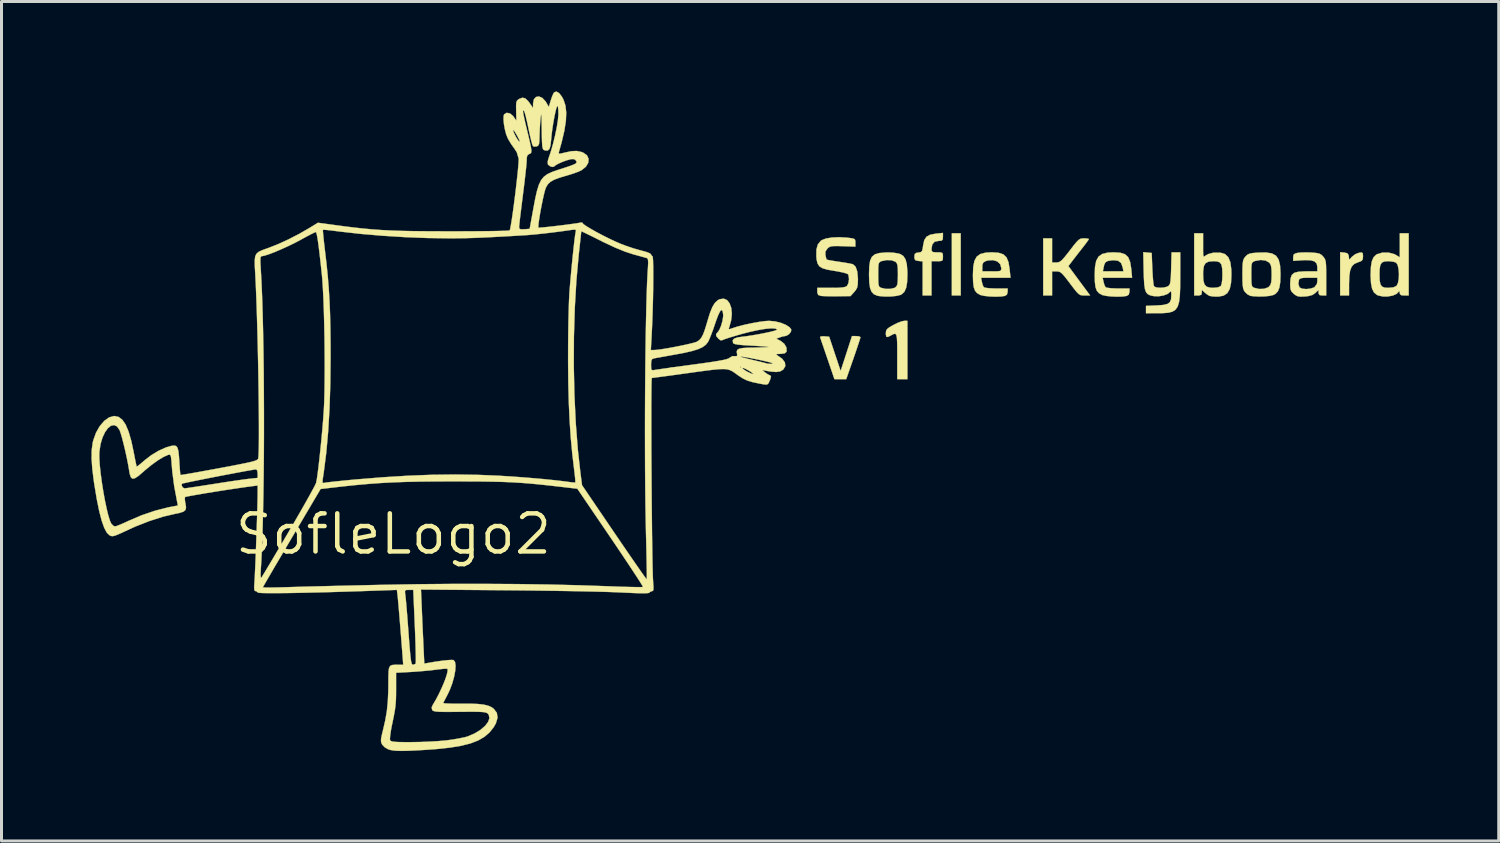
<source format=kicad_pcb>
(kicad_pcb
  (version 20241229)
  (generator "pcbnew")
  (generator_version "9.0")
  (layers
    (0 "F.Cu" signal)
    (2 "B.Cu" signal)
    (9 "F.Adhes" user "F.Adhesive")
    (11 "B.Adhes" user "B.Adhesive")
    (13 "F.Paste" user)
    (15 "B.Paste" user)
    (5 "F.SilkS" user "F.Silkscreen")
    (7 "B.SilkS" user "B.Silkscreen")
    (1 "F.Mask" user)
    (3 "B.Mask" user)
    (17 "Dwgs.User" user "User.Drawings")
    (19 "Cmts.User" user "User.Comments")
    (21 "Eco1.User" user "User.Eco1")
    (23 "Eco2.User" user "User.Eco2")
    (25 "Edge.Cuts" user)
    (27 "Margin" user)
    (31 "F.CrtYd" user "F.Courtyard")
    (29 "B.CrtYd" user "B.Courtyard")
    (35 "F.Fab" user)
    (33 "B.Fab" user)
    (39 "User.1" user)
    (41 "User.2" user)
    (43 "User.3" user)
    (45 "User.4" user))
  (footprint "SofleLogo2"
    (layer "F.Cu")
    (at 10.075 14.765)
    (property "Reference" "SofleLogo2" (at 0 0 0) (layer "F.SilkS") (effects (font (size 1.27 1.27) (thickness 0.15))))
    (attr through_hole)
    (fp_poly (pts (xy 18.923 -7.959) (xy 18.627 -7.959) (xy 18.627 -10.033) (xy 18.923 -10.033) (xy 18.923 -7.959)) (stroke (width 0.01) (type solid)) (fill yes) (layer "F.SilkS"))
    (fp_poly (pts (xy 17.145 -5.165) (xy 16.806 -5.165) (xy 16.806 -5.927) (xy 16.806 -6.208) (xy 16.802 -6.415) (xy 16.793 -6.556) (xy 16.775 -6.64) (xy 16.745 -6.678) (xy 16.701 -6.678) (xy 16.64 -6.651) (xy 16.595 -6.625) (xy 16.493 -6.574) (xy 16.443 -6.58) (xy 16.427 -6.65) (xy 16.426 -6.699) (xy 16.434 -6.777) (xy 16.467 -6.837) (xy 16.544 -6.898) (xy 16.677 -6.974) (xy 16.822 -7.046) (xy 16.954 -7.095) (xy 17.036 -7.112) (xy 17.145 -7.112) (xy 17.145 -5.165)) (stroke (width 0.01) (type solid)) (fill yes) (layer "F.SilkS"))
    (fp_poly (pts (xy 31.718 -9.39) (xy 31.817 -9.368) (xy 31.86 -9.312) (xy 31.869 -9.261) (xy 31.882 -9.146) (xy 31.975 -9.251) (xy 32.085 -9.335) (xy 32.205 -9.382) (xy 32.297 -9.394) (xy 32.335 -9.368) (xy 32.343 -9.281) (xy 32.343 -9.262) (xy 32.335 -9.166) (xy 32.296 -9.113) (xy 32.203 -9.074) (xy 32.17 -9.063) (xy 32.051 -9.01) (xy 31.967 -8.924) (xy 31.914 -8.794) (xy 31.886 -8.605) (xy 31.877 -8.347) (xy 31.877 -8.341) (xy 31.877 -7.959) (xy 31.581 -7.959) (xy 31.581 -9.403) (xy 31.718 -9.39)) (stroke (width 0.01) (type solid)) (fill yes) (layer "F.SilkS"))
    (fp_poly (pts (xy 15.533 -6.594) (xy 15.578 -6.569) (xy 15.579 -6.566) (xy 15.565 -6.515) (xy 15.528 -6.398) (xy 15.472 -6.229) (xy 15.402 -6.022) (xy 15.341 -5.846) (xy 15.103 -5.165) (xy 14.907 -5.165) (xy 14.711 -5.165) (xy 14.478 -5.847) (xy 14.4 -6.075) (xy 14.332 -6.275) (xy 14.277 -6.433) (xy 14.242 -6.537) (xy 14.23 -6.569) (xy 14.257 -6.592) (xy 14.343 -6.598) (xy 14.375 -6.596) (xy 14.535 -6.583) (xy 14.726 -6.011) (xy 14.917 -5.44) (xy 15.107 -6.022) (xy 15.296 -6.604) (xy 15.437 -6.604) (xy 15.533 -6.594)) (stroke (width 0.01) (type solid)) (fill yes) (layer "F.SilkS"))
    (fp_poly (pts (xy 18.33 -9.912) (xy 18.323 -9.822) (xy 18.282 -9.786) (xy 18.184 -9.779) (xy 18.051 -9.75) (xy 17.974 -9.66) (xy 17.949 -9.507) (xy 17.957 -9.44) (xy 17.995 -9.408) (xy 18.085 -9.398) (xy 18.14 -9.398) (xy 18.257 -9.395) (xy 18.312 -9.373) (xy 18.329 -9.316) (xy 18.33 -9.25) (xy 18.326 -9.159) (xy 18.299 -9.116) (xy 18.225 -9.103) (xy 18.14 -9.102) (xy 17.949 -9.102) (xy 17.949 -7.959) (xy 17.653 -7.959) (xy 17.653 -9.096) (xy 17.515 -9.11) (xy 17.42 -9.129) (xy 17.383 -9.178) (xy 17.378 -9.25) (xy 17.389 -9.34) (xy 17.441 -9.379) (xy 17.51 -9.39) (xy 17.588 -9.403) (xy 17.631 -9.44) (xy 17.654 -9.521) (xy 17.668 -9.62) (xy 17.706 -9.801) (xy 17.781 -9.918) (xy 17.907 -9.986) (xy 18.09 -10.02) (xy 18.33 -10.045) (xy 18.33 -9.912)) (stroke (width 0.01) (type solid)) (fill yes) (layer "F.SilkS"))
    (fp_poly (pts (xy 21.971 -9.059) (xy 22.114 -9.059) (xy 22.179 -9.065) (xy 22.238 -9.089) (xy 22.303 -9.143) (xy 22.388 -9.238) (xy 22.505 -9.385) (xy 22.564 -9.461) (xy 22.695 -9.632) (xy 22.79 -9.746) (xy 22.86 -9.815) (xy 22.92 -9.85) (xy 22.982 -9.862) (xy 23.035 -9.864) (xy 23.139 -9.858) (xy 23.195 -9.845) (xy 23.199 -9.84) (xy 23.174 -9.799) (xy 23.109 -9.708) (xy 23.015 -9.585) (xy 22.974 -9.533) (xy 22.853 -9.379) (xy 22.736 -9.228) (xy 22.645 -9.11) (xy 22.633 -9.094) (xy 22.516 -8.938) (xy 22.878 -8.448) (xy 23.24 -7.959) (xy 23.055 -7.959) (xy 22.976 -7.961) (xy 22.913 -7.974) (xy 22.854 -8.011) (xy 22.784 -8.082) (xy 22.691 -8.198) (xy 22.568 -8.361) (xy 22.437 -8.533) (xy 22.343 -8.647) (xy 22.273 -8.716) (xy 22.213 -8.75) (xy 22.152 -8.762) (xy 22.118 -8.763) (xy 21.971 -8.763) (xy 21.971 -7.959) (xy 21.675 -7.959) (xy 21.675 -9.864) (xy 21.971 -9.864) (xy 21.971 -9.059)) (stroke (width 0.01) (type solid)) (fill yes) (layer "F.SilkS"))
    (fp_poly (pts (xy 24.249 -9.383) (xy 24.407 -9.332) (xy 24.512 -9.232) (xy 24.576 -9.073) (xy 24.613 -8.841) (xy 24.613 -8.837) (xy 24.64 -8.551) (xy 23.658 -8.551) (xy 23.687 -8.414) (xy 23.718 -8.306) (xy 23.755 -8.235) (xy 23.756 -8.234) (xy 23.814 -8.215) (xy 23.934 -8.2) (xy 24.097 -8.193) (xy 24.175 -8.192) (xy 24.553 -8.192) (xy 24.553 -8.08) (xy 24.528 -7.984) (xy 24.458 -7.943) (xy 24.325 -7.924) (xy 24.147 -7.918) (xy 23.954 -7.925) (xy 23.779 -7.944) (xy 23.651 -7.972) (xy 23.636 -7.978) (xy 23.533 -8.037) (xy 23.462 -8.119) (xy 23.419 -8.24) (xy 23.398 -8.415) (xy 23.392 -8.636) (xy 23.397 -8.763) (xy 23.666 -8.763) (xy 24.352 -8.763) (xy 24.325 -8.901) (xy 24.272 -9.041) (xy 24.174 -9.117) (xy 24.02 -9.135) (xy 23.968 -9.131) (xy 23.83 -9.109) (xy 23.752 -9.066) (xy 23.711 -8.984) (xy 23.692 -8.901) (xy 23.666 -8.763) (xy 23.397 -8.763) (xy 23.403 -8.911) (xy 23.443 -9.115) (xy 23.521 -9.255) (xy 23.644 -9.343) (xy 23.821 -9.387) (xy 24.028 -9.398) (xy 24.249 -9.383)) (stroke (width 0.01) (type solid)) (fill yes) (layer "F.SilkS"))
    (fp_poly (pts (xy 33.867 -7.959) (xy 33.718 -7.959) (xy 33.617 -7.968) (xy 33.575 -8.005) (xy 33.567 -8.054) (xy 33.557 -8.107) (xy 33.542 -8.095) (xy 33.468 -8.014) (xy 33.337 -7.956) (xy 33.173 -7.926) (xy 33.001 -7.926) (xy 32.846 -7.96) (xy 32.802 -7.981) (xy 32.709 -8.059) (xy 32.646 -8.184) (xy 32.61 -8.367) (xy 32.597 -8.619) (xy 32.597 -8.657) (xy 32.893 -8.657) (xy 32.899 -8.457) (xy 32.925 -8.327) (xy 32.979 -8.253) (xy 33.071 -8.219) (xy 33.188 -8.213) (xy 33.354 -8.229) (xy 33.458 -8.275) (xy 33.461 -8.279) (xy 33.508 -8.37) (xy 33.535 -8.513) (xy 33.542 -8.68) (xy 33.529 -8.843) (xy 33.498 -8.977) (xy 33.453 -9.049) (xy 33.371 -9.081) (xy 33.244 -9.099) (xy 33.183 -9.102) (xy 33.052 -9.092) (xy 32.968 -9.052) (xy 32.919 -8.969) (xy 32.897 -8.828) (xy 32.893 -8.657) (xy 32.597 -8.657) (xy 32.607 -8.917) (xy 32.639 -9.105) (xy 32.697 -9.236) (xy 32.785 -9.321) (xy 32.811 -9.336) (xy 32.992 -9.389) (xy 33.197 -9.389) (xy 33.387 -9.338) (xy 33.433 -9.314) (xy 33.57 -9.23) (xy 33.57 -10.033) (xy 33.867 -10.033) (xy 33.867 -7.959)) (stroke (width 0.01) (type solid)) (fill yes) (layer "F.SilkS"))
    (fp_poly (pts (xy 20.186 -9.383) (xy 20.344 -9.331) (xy 20.45 -9.231) (xy 20.516 -9.07) (xy 20.554 -8.837) (xy 20.554 -8.837) (xy 20.584 -8.551) (xy 19.602 -8.551) (xy 19.628 -8.414) (xy 19.657 -8.306) (xy 19.692 -8.235) (xy 19.693 -8.234) (xy 19.75 -8.215) (xy 19.871 -8.2) (xy 20.032 -8.193) (xy 20.111 -8.192) (xy 20.489 -8.192) (xy 20.489 -8.08) (xy 20.464 -7.984) (xy 20.394 -7.943) (xy 20.261 -7.924) (xy 20.083 -7.918) (xy 19.89 -7.925) (xy 19.715 -7.944) (xy 19.587 -7.972) (xy 19.572 -7.978) (xy 19.469 -8.037) (xy 19.4 -8.119) (xy 19.357 -8.24) (xy 19.336 -8.415) (xy 19.33 -8.636) (xy 19.341 -8.911) (xy 19.341 -8.912) (xy 19.643 -8.912) (xy 19.643 -8.763) (xy 19.96 -8.763) (xy 20.122 -8.764) (xy 20.216 -8.772) (xy 20.262 -8.793) (xy 20.276 -8.832) (xy 20.278 -8.869) (xy 20.241 -9.002) (xy 20.144 -9.094) (xy 20.002 -9.138) (xy 19.831 -9.127) (xy 19.751 -9.103) (xy 19.675 -9.056) (xy 19.645 -8.975) (xy 19.643 -8.912) (xy 19.341 -8.912) (xy 19.381 -9.114) (xy 19.458 -9.255) (xy 19.58 -9.343) (xy 19.755 -9.387) (xy 19.964 -9.398) (xy 20.186 -9.383)) (stroke (width 0.01) (type solid)) (fill yes) (layer "F.SilkS"))
    (fp_poly (pts (xy 25.153 -9.39) (xy 25.294 -9.377) (xy 25.315 -8.848) (xy 25.326 -8.641) (xy 25.34 -8.463) (xy 25.355 -8.333) (xy 25.37 -8.267) (xy 25.371 -8.266) (xy 25.437 -8.229) (xy 25.552 -8.215) (xy 25.685 -8.221) (xy 25.801 -8.249) (xy 25.847 -8.273) (xy 25.882 -8.307) (xy 25.906 -8.36) (xy 25.922 -8.448) (xy 25.933 -8.585) (xy 25.941 -8.787) (xy 25.943 -8.865) (xy 25.957 -9.398) (xy 26.247 -9.398) (xy 26.247 -8.583) (xy 26.244 -8.23) (xy 26.233 -7.953) (xy 26.207 -7.743) (xy 26.161 -7.59) (xy 26.089 -7.485) (xy 25.986 -7.419) (xy 25.846 -7.383) (xy 25.664 -7.369) (xy 25.495 -7.367) (xy 25.104 -7.366) (xy 25.104 -7.611) (xy 25.467 -7.626) (xy 25.678 -7.642) (xy 25.818 -7.675) (xy 25.9 -7.734) (xy 25.94 -7.831) (xy 25.949 -7.975) (xy 25.949 -7.977) (xy 25.944 -8.079) (xy 25.929 -8.106) (xy 25.905 -8.076) (xy 25.826 -8.01) (xy 25.692 -7.96) (xy 25.531 -7.932) (xy 25.372 -7.935) (xy 25.357 -7.938) (xy 25.246 -7.962) (xy 25.164 -8.001) (xy 25.106 -8.067) (xy 25.069 -8.171) (xy 25.046 -8.326) (xy 25.033 -8.544) (xy 25.026 -8.77) (xy 25.013 -9.404) (xy 25.153 -9.39)) (stroke (width 0.01) (type solid)) (fill yes) (layer "F.SilkS"))
    (fp_poly (pts (xy 27.009 -9.624) (xy 27.009 -9.437) (xy 27.013 -9.321) (xy 27.024 -9.265) (xy 27.044 -9.255) (xy 27.078 -9.278) (xy 27.093 -9.292) (xy 27.187 -9.342) (xy 27.323 -9.379) (xy 27.379 -9.387) (xy 27.585 -9.387) (xy 27.74 -9.339) (xy 27.849 -9.235) (xy 27.917 -9.069) (xy 27.949 -8.835) (xy 27.954 -8.657) (xy 27.941 -8.38) (xy 27.897 -8.176) (xy 27.817 -8.037) (xy 27.694 -7.954) (xy 27.525 -7.921) (xy 27.44 -7.92) (xy 27.318 -7.928) (xy 27.227 -7.944) (xy 27.22 -7.946) (xy 27.144 -7.991) (xy 27.062 -8.056) (xy 26.966 -8.143) (xy 26.966 -8.051) (xy 26.949 -7.984) (xy 26.882 -7.96) (xy 26.839 -7.959) (xy 26.712 -7.959) (xy 26.712 -8.665) (xy 27.009 -8.665) (xy 27.018 -8.461) (xy 27.054 -8.328) (xy 27.126 -8.251) (xy 27.244 -8.218) (xy 27.349 -8.213) (xy 27.502 -8.228) (xy 27.595 -8.269) (xy 27.601 -8.276) (xy 27.629 -8.354) (xy 27.648 -8.496) (xy 27.653 -8.657) (xy 27.647 -8.857) (xy 27.621 -8.987) (xy 27.566 -9.062) (xy 27.472 -9.095) (xy 27.356 -9.102) (xy 27.198 -9.089) (xy 27.095 -9.04) (xy 27.036 -8.943) (xy 27.012 -8.784) (xy 27.009 -8.665) (xy 26.712 -8.665) (xy 26.712 -10.033) (xy 27.009 -10.033) (xy 27.009 -9.624)) (stroke (width 0.01) (type solid)) (fill yes) (layer "F.SilkS"))
    (fp_poly (pts (xy 16.669 -9.386) (xy 16.827 -9.362) (xy 16.911 -9.338) (xy 17.013 -9.271) (xy 17.083 -9.161) (xy 17.125 -8.997) (xy 17.143 -8.767) (xy 17.145 -8.657) (xy 17.135 -8.398) (xy 17.102 -8.21) (xy 17.044 -8.081) (xy 16.954 -7.998) (xy 16.911 -7.976) (xy 16.78 -7.944) (xy 16.599 -7.925) (xy 16.402 -7.922) (xy 16.223 -7.936) (xy 16.133 -7.953) (xy 16.023 -8.002) (xy 15.947 -8.085) (xy 15.898 -8.214) (xy 15.872 -8.402) (xy 15.864 -8.657) (xy 16.171 -8.657) (xy 16.173 -8.468) (xy 16.179 -8.347) (xy 16.194 -8.276) (xy 16.222 -8.237) (xy 16.266 -8.214) (xy 16.267 -8.214) (xy 16.415 -8.179) (xy 16.575 -8.178) (xy 16.71 -8.21) (xy 16.745 -8.23) (xy 16.786 -8.272) (xy 16.811 -8.335) (xy 16.823 -8.441) (xy 16.827 -8.607) (xy 16.828 -8.657) (xy 16.825 -8.841) (xy 16.815 -8.959) (xy 16.793 -9.03) (xy 16.757 -9.075) (xy 16.745 -9.084) (xy 16.621 -9.132) (xy 16.457 -9.14) (xy 16.291 -9.107) (xy 16.28 -9.103) (xy 16.23 -9.08) (xy 16.198 -9.046) (xy 16.18 -8.984) (xy 16.173 -8.877) (xy 16.171 -8.706) (xy 16.171 -8.657) (xy 15.864 -8.657) (xy 15.864 -8.657) (xy 15.872 -8.922) (xy 15.9 -9.115) (xy 15.959 -9.247) (xy 16.058 -9.33) (xy 16.209 -9.374) (xy 16.42 -9.392) (xy 16.501 -9.394) (xy 16.669 -9.386)) (stroke (width 0.01) (type solid)) (fill yes) (layer "F.SilkS"))
    (fp_poly (pts (xy 29.303 -9.361) (xy 29.441 -9.285) (xy 29.529 -9.155) (xy 29.576 -8.962) (xy 29.591 -8.696) (xy 29.591 -8.665) (xy 29.583 -8.409) (xy 29.555 -8.224) (xy 29.503 -8.096) (xy 29.422 -8.012) (xy 29.354 -7.975) (xy 29.23 -7.945) (xy 29.054 -7.927) (xy 28.858 -7.923) (xy 28.672 -7.934) (xy 28.586 -7.946) (xy 28.494 -7.992) (xy 28.407 -8.073) (xy 28.368 -8.132) (xy 28.344 -8.204) (xy 28.329 -8.308) (xy 28.322 -8.462) (xy 28.321 -8.657) (xy 28.617 -8.657) (xy 28.619 -8.468) (xy 28.625 -8.347) (xy 28.64 -8.276) (xy 28.668 -8.237) (xy 28.712 -8.214) (xy 28.713 -8.214) (xy 28.877 -8.175) (xy 29.042 -8.181) (xy 29.175 -8.228) (xy 29.21 -8.255) (xy 29.256 -8.316) (xy 29.282 -8.401) (xy 29.293 -8.532) (xy 29.295 -8.657) (xy 29.291 -8.832) (xy 29.275 -8.945) (xy 29.243 -9.02) (xy 29.21 -9.059) (xy 29.091 -9.125) (xy 28.929 -9.143) (xy 28.752 -9.112) (xy 28.726 -9.103) (xy 28.676 -9.08) (xy 28.644 -9.046) (xy 28.626 -8.984) (xy 28.619 -8.877) (xy 28.617 -8.706) (xy 28.617 -8.657) (xy 28.321 -8.657) (xy 28.321 -8.661) (xy 28.322 -8.872) (xy 28.329 -9.017) (xy 28.343 -9.114) (xy 28.367 -9.181) (xy 28.406 -9.238) (xy 28.419 -9.253) (xy 28.48 -9.314) (xy 28.553 -9.351) (xy 28.66 -9.373) (xy 28.826 -9.387) (xy 28.837 -9.388) (xy 29.104 -9.393) (xy 29.303 -9.361)) (stroke (width 0.01) (type solid)) (fill yes) (layer "F.SilkS"))
    (fp_poly (pts (xy 30.612 -9.391) (xy 30.777 -9.377) (xy 30.882 -9.356) (xy 30.954 -9.316) (xy 31.014 -9.256) (xy 31.054 -9.205) (xy 31.082 -9.15) (xy 31.1 -9.076) (xy 31.11 -8.966) (xy 31.114 -8.805) (xy 31.115 -8.576) (xy 31.115 -8.549) (xy 31.115 -7.959) (xy 30.988 -7.959) (xy 30.896 -7.971) (xy 30.863 -8.02) (xy 30.861 -8.051) (xy 30.861 -8.143) (xy 30.755 -8.043) (xy 30.655 -7.975) (xy 30.518 -7.938) (xy 30.402 -7.925) (xy 30.254 -7.919) (xy 30.156 -7.935) (xy 30.076 -7.979) (xy 30.034 -8.013) (xy 29.963 -8.083) (xy 29.927 -8.157) (xy 29.915 -8.265) (xy 29.915 -8.345) (xy 30.185 -8.345) (xy 30.223 -8.234) (xy 30.234 -8.221) (xy 30.32 -8.183) (xy 30.451 -8.172) (xy 30.592 -8.187) (xy 30.708 -8.226) (xy 30.725 -8.236) (xy 30.804 -8.341) (xy 30.819 -8.427) (xy 30.819 -8.551) (xy 30.527 -8.551) (xy 30.362 -8.547) (xy 30.265 -8.531) (xy 30.217 -8.499) (xy 30.209 -8.484) (xy 30.185 -8.345) (xy 29.915 -8.345) (xy 29.915 -8.364) (xy 29.927 -8.529) (xy 29.967 -8.642) (xy 30.048 -8.713) (xy 30.183 -8.749) (xy 30.384 -8.762) (xy 30.464 -8.763) (xy 30.819 -8.763) (xy 30.819 -8.912) (xy 30.798 -9.022) (xy 30.729 -9.094) (xy 30.602 -9.131) (xy 30.408 -9.138) (xy 30.3 -9.133) (xy 30.014 -9.113) (xy 30.014 -9.232) (xy 30.026 -9.316) (xy 30.08 -9.359) (xy 30.163 -9.38) (xy 30.282 -9.392) (xy 30.449 -9.395) (xy 30.612 -9.391)) (stroke (width 0.01) (type solid)) (fill yes) (layer "F.SilkS"))
    (fp_poly (pts (xy 15.122 -9.888) (xy 15.129 -9.887) (xy 15.279 -9.869) (xy 15.362 -9.85) (xy 15.399 -9.817) (xy 15.409 -9.76) (xy 15.409 -9.723) (xy 15.409 -9.588) (xy 14.99 -9.603) (xy 14.795 -9.608) (xy 14.665 -9.605) (xy 14.581 -9.592) (xy 14.524 -9.565) (xy 14.477 -9.524) (xy 14.411 -9.427) (xy 14.409 -9.311) (xy 14.411 -9.301) (xy 14.433 -9.206) (xy 14.452 -9.156) (xy 14.453 -9.155) (xy 14.499 -9.143) (xy 14.61 -9.122) (xy 14.766 -9.097) (xy 14.865 -9.082) (xy 15.046 -9.055) (xy 15.199 -9.028) (xy 15.303 -9.006) (xy 15.33 -8.998) (xy 15.417 -8.917) (xy 15.472 -8.759) (xy 15.494 -8.526) (xy 15.494 -8.487) (xy 15.489 -8.329) (xy 15.469 -8.224) (xy 15.424 -8.14) (xy 15.371 -8.076) (xy 15.247 -7.938) (xy 14.81 -7.931) (xy 14.613 -7.931) (xy 14.436 -7.934) (xy 14.304 -7.94) (xy 14.256 -7.945) (xy 14.171 -7.975) (xy 14.141 -8.045) (xy 14.139 -8.088) (xy 14.139 -8.213) (xy 14.602 -8.213) (xy 14.821 -8.215) (xy 14.97 -8.225) (xy 15.066 -8.243) (xy 15.122 -8.271) (xy 15.131 -8.279) (xy 15.178 -8.373) (xy 15.197 -8.503) (xy 15.182 -8.625) (xy 15.164 -8.666) (xy 15.111 -8.693) (xy 14.993 -8.726) (xy 14.831 -8.759) (xy 14.714 -8.778) (xy 14.48 -8.819) (xy 14.317 -8.865) (xy 14.211 -8.929) (xy 14.149 -9.021) (xy 14.117 -9.15) (xy 14.107 -9.259) (xy 14.109 -9.491) (xy 14.157 -9.661) (xy 14.253 -9.779) (xy 14.282 -9.801) (xy 14.42 -9.856) (xy 14.62 -9.891) (xy 14.861 -9.902) (xy 15.122 -9.888)) (stroke (width 0.01) (type solid)) (fill yes) (layer "F.SilkS"))
    (fp_poly (pts (xy 5.525 -14.71) (xy 5.617 -14.593) (xy 5.672 -14.492) (xy 5.737 -14.296) (xy 5.764 -14.063) (xy 5.752 -13.785) (xy 5.701 -13.454) (xy 5.609 -13.063) (xy 5.523 -12.758) (xy 5.512 -12.708) (xy 5.529 -12.688) (xy 5.593 -12.695) (xy 5.72 -12.726) (xy 5.721 -12.726) (xy 5.94 -12.772) (xy 6.113 -12.779) (xy 6.267 -12.747) (xy 6.329 -12.724) (xy 6.454 -12.636) (xy 6.51 -12.518) (xy 6.498 -12.385) (xy 6.419 -12.253) (xy 6.275 -12.137) (xy 6.169 -12.088) (xy 6.011 -12.03) (xy 5.831 -11.973) (xy 5.785 -11.96) (xy 5.539 -11.887) (xy 5.361 -11.82) (xy 5.237 -11.75) (xy 5.151 -11.668) (xy 5.09 -11.565) (xy 5.081 -11.543) (xy 5.051 -11.452) (xy 5.014 -11.306) (xy 4.974 -11.123) (xy 4.933 -10.92) (xy 4.895 -10.714) (xy 4.864 -10.524) (xy 4.841 -10.367) (xy 4.831 -10.26) (xy 4.835 -10.221) (xy 4.88 -10.221) (xy 4.992 -10.23) (xy 5.154 -10.246) (xy 5.349 -10.268) (xy 5.56 -10.293) (xy 5.769 -10.319) (xy 5.961 -10.345) (xy 6.118 -10.367) (xy 6.223 -10.385) (xy 6.255 -10.393) (xy 6.303 -10.387) (xy 6.308 -10.373) (xy 6.344 -10.333) (xy 6.442 -10.266) (xy 6.589 -10.177) (xy 6.77 -10.075) (xy 6.972 -9.968) (xy 7.18 -9.863) (xy 7.38 -9.768) (xy 7.559 -9.69) (xy 7.566 -9.687) (xy 7.781 -9.606) (xy 8.011 -9.529) (xy 8.218 -9.469) (xy 8.275 -9.455) (xy 8.445 -9.408) (xy 8.556 -9.363) (xy 8.594 -9.326) (xy 8.622 -9.275) (xy 8.641 -9.271) (xy 8.652 -9.23) (xy 8.66 -9.116) (xy 8.665 -8.939) (xy 8.667 -8.709) (xy 8.666 -8.437) (xy 8.663 -8.135) (xy 8.657 -7.812) (xy 8.648 -7.48) (xy 8.637 -7.15) (xy 8.623 -6.831) (xy 8.61 -6.572) (xy 8.586 -6.138) (xy 8.7 -6.138) (xy 8.808 -6.147) (xy 8.975 -6.17) (xy 9.179 -6.204) (xy 9.403 -6.246) (xy 9.626 -6.29) (xy 9.83 -6.335) (xy 9.995 -6.375) (xy 10.103 -6.407) (xy 10.122 -6.416) (xy 10.202 -6.469) (xy 10.27 -6.547) (xy 10.331 -6.663) (xy 10.393 -6.832) (xy 10.464 -7.066) (xy 10.478 -7.115) (xy 10.561 -7.382) (xy 10.64 -7.577) (xy 10.723 -7.712) (xy 10.816 -7.798) (xy 10.88 -7.832) (xy 11.016 -7.853) (xy 11.129 -7.804) (xy 11.214 -7.696) (xy 11.269 -7.541) (xy 11.288 -7.35) (xy 11.267 -7.136) (xy 11.204 -6.909) (xy 11.196 -6.889) (xy 11.184 -6.841) (xy 11.219 -6.837) (xy 11.288 -6.86) (xy 11.47 -6.919) (xy 11.701 -6.979) (xy 11.952 -7.033) (xy 12.198 -7.077) (xy 12.41 -7.105) (xy 12.533 -7.112) (xy 12.728 -7.094) (xy 12.921 -7.047) (xy 13.091 -6.978) (xy 13.216 -6.896) (xy 13.27 -6.825) (xy 13.26 -6.75) (xy 13.198 -6.67) (xy 13.11 -6.615) (xy 13.058 -6.604) (xy 12.979 -6.59) (xy 12.886 -6.56) (xy 12.77 -6.516) (xy 12.914 -6.444) (xy 13.035 -6.35) (xy 13.107 -6.229) (xy 13.117 -6.104) (xy 13.11 -6.08) (xy 13.056 -6.03) (xy 12.935 -6.011) (xy 12.902 -6.01) (xy 12.796 -6.006) (xy 12.763 -5.994) (xy 12.795 -5.968) (xy 12.806 -5.962) (xy 12.969 -5.846) (xy 13.058 -5.724) (xy 13.072 -5.603) (xy 13.007 -5.492) (xy 12.997 -5.483) (xy 12.899 -5.425) (xy 12.762 -5.406) (xy 12.571 -5.422) (xy 12.488 -5.436) (xy 12.298 -5.471) (xy 12.41 -5.381) (xy 12.5 -5.32) (xy 12.565 -5.292) (xy 12.568 -5.292) (xy 12.594 -5.259) (xy 12.569 -5.161) (xy 12.524 -5.055) (xy 12.496 -5.01) (xy 12.457 -4.988) (xy 12.384 -4.989) (xy 12.255 -5.01) (xy 12.199 -5.021) (xy 11.973 -5.069) (xy 11.803 -5.121) (xy 11.658 -5.19) (xy 11.509 -5.286) (xy 11.472 -5.313) (xy 11.38 -5.38) (xy 11.3 -5.432) (xy 11.221 -5.47) (xy 11.132 -5.494) (xy 11.022 -5.504) (xy 10.881 -5.501) (xy 10.698 -5.485) (xy 10.461 -5.456) (xy 10.16 -5.416) (xy 9.857 -5.374) (xy 9.548 -5.331) (xy 9.265 -5.292) (xy 9.02 -5.259) (xy 8.824 -5.233) (xy 8.688 -5.215) (xy 8.623 -5.207) (xy 8.619 -5.207) (xy 8.614 -5.166) (xy 8.609 -5.048) (xy 8.606 -4.861) (xy 8.604 -4.612) (xy 8.602 -4.309) (xy 8.602 -3.96) (xy 8.602 -3.573) (xy 8.603 -3.154) (xy 8.604 -2.713) (xy 8.607 -2.256) (xy 8.61 -1.791) (xy 8.613 -1.327) (xy 8.617 -0.87) (xy 8.622 -0.428) (xy 8.626 -0.009) (xy 8.632 0.379) (xy 8.637 0.728) (xy 8.643 1.032) (xy 8.649 1.281) (xy 8.655 1.469) (xy 8.662 1.588) (xy 8.662 1.598) (xy 8.674 1.759) (xy 8.673 1.852) (xy 8.655 1.895) (xy 8.624 1.905) (xy 8.557 1.93) (xy 8.543 1.951) (xy 8.51 1.966) (xy 8.42 1.975) (xy 8.267 1.976) (xy 8.044 1.969) (xy 7.745 1.956) (xy 7.597 1.949) (xy 7.39 1.94) (xy 7.109 1.93) (xy 6.763 1.921) (xy 6.363 1.912) (xy 5.919 1.903) (xy 5.442 1.895) (xy 4.941 1.888) (xy 4.426 1.881) (xy 3.908 1.876) (xy 3.793 1.875) (xy 0.918 1.851) (xy 0.947 2.524) (xy 0.959 2.815) (xy 0.973 3.135) (xy 0.988 3.448) (xy 1 3.718) (xy 1.002 3.759) (xy 1.029 4.322) (xy 1.139 4.302) (xy 1.383 4.26) (xy 1.608 4.228) (xy 1.797 4.207) (xy 1.936 4.198) (xy 2.005 4.204) (xy 2.054 4.266) (xy 2.072 4.389) (xy 2.061 4.559) (xy 2.023 4.761) (xy 1.962 4.979) (xy 1.88 5.198) (xy 1.81 5.345) (xy 1.74 5.48) (xy 1.686 5.584) (xy 1.66 5.636) (xy 1.66 5.637) (xy 1.695 5.646) (xy 1.799 5.653) (xy 1.959 5.658) (xy 2.159 5.658) (xy 2.231 5.658) (xy 2.558 5.658) (xy 2.813 5.668) (xy 3.009 5.69) (xy 3.157 5.725) (xy 3.271 5.775) (xy 3.344 5.827) (xy 3.448 5.962) (xy 3.473 6.125) (xy 3.417 6.314) (xy 3.344 6.443) (xy 3.205 6.618) (xy 3.035 6.764) (xy 2.825 6.886) (xy 2.568 6.985) (xy 2.255 7.064) (xy 1.878 7.126) (xy 1.431 7.173) (xy 1.123 7.196) (xy 0.77 7.217) (xy 0.491 7.23) (xy 0.273 7.234) (xy 0.105 7.23) (xy -0.024 7.218) (xy -0.126 7.197) (xy -0.168 7.184) (xy -0.286 7.118) (xy -0.374 7.027) (xy -0.378 7.02) (xy -0.406 6.959) (xy -0.417 6.892) (xy -0.411 6.835) (xy -0.118 6.835) (xy -0.114 6.873) (xy -0.094 6.899) (xy -0.051 6.918) (xy 0.028 6.93) (xy 0.156 6.938) (xy 0.344 6.941) (xy 0.602 6.941) (xy 0.885 6.937) (xy 1.186 6.925) (xy 1.474 6.909) (xy 1.717 6.888) (xy 1.778 6.882) (xy 1.997 6.851) (xy 2.209 6.814) (xy 2.384 6.777) (xy 2.477 6.751) (xy 2.705 6.653) (xy 2.901 6.534) (xy 3.054 6.403) (xy 3.158 6.268) (xy 3.202 6.141) (xy 3.179 6.029) (xy 3.151 5.993) (xy 3.118 5.969) (xy 3.069 5.951) (xy 2.991 5.939) (xy 2.873 5.931) (xy 2.704 5.928) (xy 2.472 5.928) (xy 2.208 5.93) (xy 1.912 5.933) (xy 1.689 5.933) (xy 1.529 5.929) (xy 1.42 5.921) (xy 1.352 5.908) (xy 1.312 5.89) (xy 1.293 5.87) (xy 1.274 5.785) (xy 1.309 5.705) (xy 1.425 5.507) (xy 1.535 5.293) (xy 1.634 5.079) (xy 1.717 4.877) (xy 1.776 4.704) (xy 1.807 4.573) (xy 1.803 4.5) (xy 1.799 4.495) (xy 1.751 4.491) (xy 1.64 4.499) (xy 1.486 4.516) (xy 1.419 4.525) (xy 1.218 4.549) (xy 0.971 4.572) (xy 0.715 4.592) (xy 0.574 4.601) (xy 0.088 4.627) (xy 0.088 5.132) (xy 0.087 5.362) (xy 0.082 5.544) (xy 0.07 5.702) (xy 0.05 5.861) (xy 0.017 6.045) (xy -0.03 6.278) (xy -0.051 6.376) (xy -0.086 6.562) (xy -0.109 6.722) (xy -0.118 6.835) (xy -0.411 6.835) (xy -0.408 6.799) (xy -0.378 6.659) (xy -0.347 6.533) (xy -0.272 6.208) (xy -0.22 5.904) (xy -0.189 5.594) (xy -0.173 5.248) (xy -0.17 4.989) (xy -0.169 4.747) (xy -0.163 4.576) (xy -0.146 4.465) (xy -0.11 4.401) (xy -0.051 4.37) (xy 0.04 4.361) (xy 0.145 4.36) (xy 0.326 4.36) (xy 0.311 4.159) (xy 0.278 3.732) (xy 0.247 3.333) (xy 0.218 2.971) (xy 0.192 2.655) (xy 0.17 2.396) (xy 0.153 2.203) (xy 0.141 2.085) (xy 0.119 1.897) (xy 0.385 1.897) (xy 0.388 1.977) (xy 0.395 2.021) (xy 0.405 2.111) (xy 0.421 2.269) (xy 0.439 2.482) (xy 0.46 2.733) (xy 0.481 3.009) (xy 0.487 3.09) (xy 0.514 3.451) (xy 0.536 3.737) (xy 0.555 3.956) (xy 0.571 4.117) (xy 0.586 4.228) (xy 0.602 4.3) (xy 0.618 4.34) (xy 0.636 4.357) (xy 0.656 4.36) (xy 0.727 4.334) (xy 0.74 4.32) (xy 0.745 4.268) (xy 0.746 4.143) (xy 0.743 3.956) (xy 0.737 3.718) (xy 0.728 3.439) (xy 0.716 3.131) (xy 0.713 3.071) (xy 0.661 1.863) (xy 0.516 1.863) (xy 0.422 1.867) (xy 0.385 1.897) (xy 0.119 1.897) (xy 0.115 1.863) (xy -0.482 1.884) (xy -1.087 1.905) (xy -1.659 1.923) (xy -2.195 1.939) (xy -2.689 1.951) (xy -3.135 1.961) (xy -3.528 1.968) (xy -3.864 1.971) (xy -4.136 1.971) (xy -4.34 1.969) (xy -4.47 1.962) (xy -4.521 1.953) (xy -4.521 1.952) (xy -4.571 1.909) (xy -4.598 1.905) (xy -4.63 1.89) (xy -4.645 1.836) (xy -4.645 1.778) (xy -4.358 1.778) (xy -4.319 1.783) (xy -4.207 1.785) (xy -4.037 1.784) (xy -3.821 1.78) (xy -3.572 1.773) (xy -3.545 1.772) (xy -3.347 1.766) (xy -3.075 1.758) (xy -2.741 1.749) (xy -2.355 1.74) (xy -1.93 1.729) (xy -1.475 1.719) (xy -1.002 1.708) (xy -0.522 1.697) (xy -0.275 1.692) (xy 0.826 1.673) (xy 1.941 1.663) (xy 3.052 1.662) (xy 4.144 1.669) (xy 5.2 1.684) (xy 6.205 1.709) (xy 7.141 1.741) (xy 7.146 1.741) (xy 7.45 1.753) (xy 7.726 1.761) (xy 7.962 1.767) (xy 8.148 1.77) (xy 8.272 1.77) (xy 8.324 1.766) (xy 8.324 1.765) (xy 8.306 1.727) (xy 8.244 1.625) (xy 8.144 1.468) (xy 8.009 1.262) (xy 7.845 1.014) (xy 7.656 0.731) (xy 7.447 0.42) (xy 7.241 0.115) (xy 6.135 -1.512) (xy 5.533 -1.582) (xy 5.161 -1.624) (xy 4.831 -1.659) (xy 4.528 -1.687) (xy 4.24 -1.709) (xy 3.952 -1.726) (xy 3.65 -1.739) (xy 3.32 -1.747) (xy 2.948 -1.753) (xy 2.521 -1.755) (xy 2.024 -1.756) (xy 1.99 -1.756) (xy 1.396 -1.755) (xy 0.871 -1.749) (xy 0.4 -1.739) (xy -0.033 -1.723) (xy -0.444 -1.701) (xy -0.848 -1.671) (xy -1.261 -1.634) (xy -1.699 -1.588) (xy -2.009 -1.552) (xy -2.43 -1.503) (xy -3.393 0.127) (xy -3.592 0.465) (xy -3.777 0.78) (xy -3.945 1.064) (xy -4.089 1.312) (xy -4.207 1.514) (xy -4.294 1.664) (xy -4.345 1.754) (xy -4.358 1.778) (xy -4.645 1.778) (xy -4.645 1.726) (xy -4.636 1.598) (xy -4.628 1.47) (xy -4.619 1.272) (xy -4.607 1.018) (xy -4.595 0.722) (xy -4.583 0.4) (xy -4.571 0.065) (xy -4.559 -0.269) (xy -4.549 -0.586) (xy -4.54 -0.872) (xy -4.534 -1.114) (xy -4.53 -1.296) (xy -4.53 -1.369) (xy -4.53 -1.62) (xy -4.752 -1.591) (xy -4.947 -1.565) (xy -5.181 -1.531) (xy -5.443 -1.492) (xy -5.718 -1.45) (xy -5.994 -1.406) (xy -6.258 -1.363) (xy -6.498 -1.322) (xy -6.699 -1.287) (xy -6.849 -1.259) (xy -6.936 -1.241) (xy -6.951 -1.235) (xy -6.961 -1.18) (xy -6.95 -1.075) (xy -6.939 -1.022) (xy -6.919 -0.893) (xy -6.936 -0.806) (xy -7.003 -0.748) (xy -7.133 -0.705) (xy -7.272 -0.677) (xy -7.688 -0.579) (xy -8.141 -0.434) (xy -8.608 -0.251) (xy -8.862 -0.136) (xy -9.068 -0.039) (xy -9.212 0.024) (xy -9.31 0.06) (xy -9.378 0.071) (xy -9.429 0.062) (xy -9.475 0.039) (xy -9.564 -0.048) (xy -9.65 -0.211) (xy -9.734 -0.45) (xy -9.816 -0.767) (xy -9.897 -1.165) (xy -9.977 -1.646) (xy -9.994 -1.757) (xy -10.046 -2.172) (xy -10.07 -2.52) (xy -10.07 -2.527) (xy -9.812 -2.527) (xy -9.796 -2.292) (xy -9.767 -2.018) (xy -9.727 -1.722) (xy -9.679 -1.419) (xy -9.626 -1.125) (xy -9.569 -0.854) (xy -9.513 -0.623) (xy -9.458 -0.447) (xy -9.414 -0.349) (xy -9.347 -0.278) (xy -9.29 -0.254) (xy -9.226 -0.271) (xy -9.106 -0.319) (xy -8.949 -0.387) (xy -8.836 -0.44) (xy -8.399 -0.627) (xy -7.944 -0.781) (xy -7.51 -0.891) (xy -7.465 -0.9) (xy -7.19 -0.952) (xy -7.217 -1.079) (xy -7.314 -1.599) (xy -7.317 -1.621) (xy -7.066 -1.621) (xy -7.03 -1.555) (xy -6.973 -1.524) (xy -6.916 -1.53) (xy -6.788 -1.548) (xy -6.603 -1.576) (xy -6.373 -1.611) (xy -6.112 -1.652) (xy -6.008 -1.668) (xy -5.72 -1.713) (xy -5.442 -1.756) (xy -5.19 -1.792) (xy -4.983 -1.822) (xy -4.837 -1.84) (xy -4.815 -1.842) (xy -4.53 -1.873) (xy -4.53 -2.016) (xy -4.544 -2.119) (xy -4.582 -2.158) (xy -4.583 -2.158) (xy -4.645 -2.15) (xy -4.775 -2.128) (xy -4.961 -2.095) (xy -5.188 -2.053) (xy -5.446 -2.004) (xy -5.72 -1.952) (xy -5.999 -1.898) (xy -6.269 -1.845) (xy -6.519 -1.795) (xy -6.735 -1.751) (xy -6.905 -1.715) (xy -7.016 -1.69) (xy -7.056 -1.679) (xy -7.066 -1.621) (xy -7.317 -1.621) (xy -7.377 -2.077) (xy -7.394 -2.276) (xy -7.408 -2.459) (xy -7.422 -2.573) (xy -7.44 -2.631) (xy -7.468 -2.65) (xy -7.509 -2.643) (xy -7.51 -2.643) (xy -7.662 -2.577) (xy -7.855 -2.461) (xy -8.07 -2.306) (xy -8.29 -2.126) (xy -8.338 -2.083) (xy -8.504 -1.94) (xy -8.624 -1.861) (xy -8.707 -1.846) (xy -8.762 -1.897) (xy -8.799 -2.014) (xy -8.817 -2.121) (xy -8.85 -2.315) (xy -8.895 -2.542) (xy -8.948 -2.783) (xy -9.004 -3.017) (xy -9.058 -3.225) (xy -9.106 -3.386) (xy -9.138 -3.471) (xy -9.222 -3.59) (xy -9.319 -3.635) (xy -9.423 -3.613) (xy -9.526 -3.531) (xy -9.623 -3.396) (xy -9.707 -3.217) (xy -9.771 -3.001) (xy -9.808 -2.755) (xy -9.812 -2.709) (xy -9.812 -2.527) (xy -10.07 -2.527) (xy -10.065 -2.81) (xy -10.031 -3.056) (xy -10.013 -3.128) (xy -9.922 -3.381) (xy -9.797 -3.6) (xy -9.648 -3.774) (xy -9.486 -3.891) (xy -9.323 -3.937) (xy -9.31 -3.937) (xy -9.169 -3.907) (xy -9.045 -3.813) (xy -8.934 -3.652) (xy -8.836 -3.418) (xy -8.746 -3.109) (xy -8.672 -2.763) (xy -8.634 -2.568) (xy -8.602 -2.407) (xy -8.578 -2.295) (xy -8.566 -2.249) (xy -8.566 -2.249) (xy -8.532 -2.268) (xy -8.451 -2.331) (xy -8.34 -2.426) (xy -8.31 -2.453) (xy -8.086 -2.626) (xy -7.837 -2.777) (xy -7.59 -2.889) (xy -7.401 -2.943) (xy -7.311 -2.952) (xy -7.247 -2.934) (xy -7.203 -2.876) (xy -7.174 -2.766) (xy -7.155 -2.593) (xy -7.142 -2.399) (xy -7.131 -2.221) (xy -7.119 -2.078) (xy -7.109 -1.99) (xy -7.105 -1.97) (xy -7.061 -1.974) (xy -6.945 -1.993) (xy -6.765 -2.023) (xy -6.534 -2.064) (xy -6.259 -2.114) (xy -5.953 -2.17) (xy -5.813 -2.196) (xy -5.449 -2.264) (xy -5.161 -2.32) (xy -4.938 -2.365) (xy -4.773 -2.401) (xy -4.657 -2.432) (xy -4.581 -2.458) (xy -4.537 -2.483) (xy -4.516 -2.508) (xy -4.511 -2.519) (xy -4.502 -2.6) (xy -4.495 -2.757) (xy -4.49 -2.983) (xy -4.488 -3.269) (xy -4.488 -3.606) (xy -4.49 -3.986) (xy -4.494 -4.401) (xy -4.5 -4.844) (xy -4.507 -5.304) (xy -4.516 -5.776) (xy -4.526 -6.249) (xy -4.538 -6.716) (xy -4.551 -7.168) (xy -4.564 -7.598) (xy -4.579 -7.997) (xy -4.594 -8.356) (xy -4.61 -8.668) (xy -4.61 -8.676) (xy -4.625 -8.933) (xy -4.628 -9.121) (xy -4.625 -9.147) (xy -4.44 -9.147) (xy -4.436 -9.011) (xy -4.427 -8.858) (xy -4.403 -8.435) (xy -4.382 -7.94) (xy -4.364 -7.384) (xy -4.349 -6.777) (xy -4.337 -6.129) (xy -4.328 -5.45) (xy -4.323 -4.749) (xy -4.32 -4.036) (xy -4.32 -3.322) (xy -4.323 -2.616) (xy -4.33 -1.928) (xy -4.339 -1.269) (xy -4.352 -0.647) (xy -4.367 -0.073) (xy -4.386 0.443) (xy -4.407 0.891) (xy -4.424 1.164) (xy -4.432 1.33) (xy -4.429 1.433) (xy -4.414 1.463) (xy -4.41 1.46) (xy -4.381 1.416) (xy -4.313 1.306) (xy -4.213 1.139) (xy -4.084 0.923) (xy -3.931 0.665) (xy -3.759 0.374) (xy -3.573 0.058) (xy -3.494 -0.077) (xy -3.302 -0.405) (xy -3.123 -0.715) (xy -2.961 -0.999) (xy -2.822 -1.246) (xy -2.71 -1.45) (xy -2.629 -1.601) (xy -2.586 -1.691) (xy -2.58 -1.707) (xy -2.572 -1.748) (xy -2.369 -1.748) (xy -2.358 -1.704) (xy -2.315 -1.705) (xy -2.303 -1.708) (xy -2.238 -1.719) (xy -2.103 -1.736) (xy -1.91 -1.757) (xy -1.673 -1.781) (xy -1.406 -1.807) (xy -1.291 -1.818) (xy -0.37 -1.893) (xy 0.485 -1.946) (xy 1.293 -1.977) (xy 2.069 -1.986) (xy 2.831 -1.974) (xy 3.493 -1.947) (xy 3.853 -1.925) (xy 4.237 -1.898) (xy 4.626 -1.867) (xy 5 -1.834) (xy 5.343 -1.799) (xy 5.635 -1.766) (xy 5.831 -1.74) (xy 5.957 -1.724) (xy 6.044 -1.718) (xy 6.067 -1.721) (xy 6.068 -1.766) (xy 6.059 -1.877) (xy 6.042 -2.034) (xy 6.027 -2.155) (xy 5.964 -2.689) (xy 5.914 -3.225) (xy 5.877 -3.779) (xy 5.85 -4.368) (xy 5.833 -5.005) (xy 5.827 -5.608) (xy 6.016 -5.608) (xy 6.037 -4.641) (xy 6.082 -3.7) (xy 6.152 -2.803) (xy 6.236 -2.053) (xy 6.29 -1.63) (xy 7.363 -0.051) (xy 7.584 0.273) (xy 7.79 0.574) (xy 7.977 0.846) (xy 8.139 1.08) (xy 8.273 1.271) (xy 8.372 1.411) (xy 8.432 1.493) (xy 8.45 1.513) (xy 8.452 1.469) (xy 8.452 1.349) (xy 8.45 1.165) (xy 8.446 0.924) (xy 8.44 0.637) (xy 8.433 0.313) (xy 8.424 -0.023) (xy 8.414 -0.5) (xy 8.405 -1.025) (xy 8.399 -1.588) (xy 8.394 -2.183) (xy 8.392 -2.801) (xy 8.391 -3.433) (xy 8.392 -4.07) (xy 8.395 -4.705) (xy 8.4 -5.329) (xy 8.403 -5.645) (xy 8.594 -5.645) (xy 8.597 -5.527) (xy 8.614 -5.474) (xy 8.661 -5.465) (xy 8.71 -5.473) (xy 8.782 -5.484) (xy 8.925 -5.505) (xy 9.128 -5.534) (xy 9.182 -5.541) (xy 11.641 -5.541) (xy 11.665 -5.506) (xy 11.736 -5.454) (xy 11.841 -5.397) (xy 11.943 -5.351) (xy 12.002 -5.334) (xy 11.995 -5.354) (xy 11.931 -5.403) (xy 11.874 -5.439) (xy 11.757 -5.505) (xy 11.675 -5.541) (xy 11.641 -5.541) (xy 9.182 -5.541) (xy 9.365 -5.567) (xy 11.557 -5.567) (xy 11.578 -5.546) (xy 11.599 -5.567) (xy 11.578 -5.588) (xy 11.557 -5.567) (xy 9.365 -5.567) (xy 9.379 -5.569) (xy 9.665 -5.608) (xy 9.974 -5.65) (xy 9.991 -5.652) (xy 10.355 -5.702) (xy 10.644 -5.744) (xy 10.864 -5.78) (xy 11.023 -5.811) (xy 11.129 -5.838) (xy 11.191 -5.863) (xy 11.21 -5.878) (xy 11.284 -5.922) (xy 11.578 -5.922) (xy 11.581 -5.913) (xy 11.654 -5.889) (xy 11.785 -5.855) (xy 11.937 -5.818) (xy 12.123 -5.774) (xy 12.279 -5.736) (xy 12.387 -5.709) (xy 12.424 -5.697) (xy 12.494 -5.681) (xy 12.576 -5.677) (xy 12.636 -5.684) (xy 12.645 -5.699) (xy 12.595 -5.718) (xy 12.48 -5.748) (xy 12.323 -5.785) (xy 12.141 -5.824) (xy 11.956 -5.861) (xy 11.787 -5.893) (xy 11.654 -5.914) (xy 11.578 -5.922) (xy 11.284 -5.922) (xy 11.298 -5.93) (xy 11.374 -5.933) (xy 11.452 -5.933) (xy 11.468 -5.973) (xy 11.463 -6.002) (xy 11.45 -6.085) (xy 11.47 -6.144) (xy 11.534 -6.182) (xy 11.652 -6.205) (xy 11.837 -6.217) (xy 12.01 -6.22) (xy 12.205 -6.224) (xy 12.367 -6.229) (xy 12.477 -6.235) (xy 12.52 -6.24) (xy 12.485 -6.247) (xy 12.381 -6.257) (xy 12.221 -6.269) (xy 12.021 -6.281) (xy 11.943 -6.285) (xy 11.692 -6.3) (xy 11.515 -6.316) (xy 11.402 -6.335) (xy 11.343 -6.358) (xy 11.329 -6.375) (xy 11.317 -6.462) (xy 11.366 -6.521) (xy 11.485 -6.56) (xy 11.612 -6.579) (xy 11.797 -6.602) (xy 12.003 -6.634) (xy 12.214 -6.671) (xy 12.414 -6.711) (xy 12.588 -6.749) (xy 12.719 -6.784) (xy 12.792 -6.811) (xy 12.802 -6.822) (xy 12.735 -6.855) (xy 12.598 -6.862) (xy 12.401 -6.844) (xy 12.154 -6.802) (xy 11.867 -6.739) (xy 11.659 -6.685) (xy 11.437 -6.622) (xy 11.243 -6.564) (xy 11.091 -6.516) (xy 10.998 -6.481) (xy 10.978 -6.47) (xy 10.913 -6.462) (xy 10.84 -6.517) (xy 10.767 -6.606) (xy 10.763 -6.672) (xy 10.814 -6.729) (xy 10.873 -6.814) (xy 10.93 -6.951) (xy 10.976 -7.11) (xy 10.999 -7.26) (xy 10.999 -7.329) (xy 10.978 -7.442) (xy 10.943 -7.476) (xy 10.896 -7.43) (xy 10.833 -7.302) (xy 10.755 -7.093) (xy 10.73 -7.019) (xy 10.661 -6.816) (xy 10.591 -6.63) (xy 10.53 -6.484) (xy 10.492 -6.406) (xy 10.419 -6.314) (xy 10.313 -6.236) (xy 10.164 -6.167) (xy 9.961 -6.105) (xy 9.694 -6.043) (xy 9.419 -5.992) (xy 9.19 -5.951) (xy 8.985 -5.914) (xy 8.82 -5.884) (xy 8.714 -5.865) (xy 8.689 -5.86) (xy 8.63 -5.836) (xy 8.602 -5.78) (xy 8.594 -5.668) (xy 8.594 -5.645) (xy 8.403 -5.645) (xy 8.406 -5.934) (xy 8.414 -6.511) (xy 8.424 -7.052) (xy 8.435 -7.549) (xy 8.447 -7.992) (xy 8.461 -8.375) (xy 8.476 -8.688) (xy 8.489 -8.88) (xy 8.498 -9.051) (xy 8.491 -9.153) (xy 8.468 -9.2) (xy 8.458 -9.205) (xy 8.395 -9.223) (xy 8.272 -9.257) (xy 8.108 -9.302) (xy 8.001 -9.331) (xy 7.721 -9.423) (xy 7.384 -9.561) (xy 6.999 -9.742) (xy 6.932 -9.776) (xy 6.717 -9.884) (xy 6.531 -9.976) (xy 6.386 -10.046) (xy 6.293 -10.09) (xy 6.265 -10.101) (xy 6.261 -10.057) (xy 6.249 -9.943) (xy 6.23 -9.771) (xy 6.207 -9.556) (xy 6.182 -9.331) (xy 6.103 -8.46) (xy 6.049 -7.537) (xy 6.02 -6.579) (xy 6.016 -5.608) (xy 5.827 -5.608) (xy 5.826 -5.707) (xy 5.826 -5.905) (xy 5.827 -6.315) (xy 5.831 -6.721) (xy 5.837 -7.109) (xy 5.846 -7.465) (xy 5.856 -7.775) (xy 5.868 -8.024) (xy 5.877 -8.149) (xy 5.904 -8.467) (xy 5.933 -8.789) (xy 5.963 -9.101) (xy 5.993 -9.392) (xy 6.021 -9.649) (xy 6.045 -9.859) (xy 6.066 -10.01) (xy 6.081 -10.09) (xy 6.081 -10.091) (xy 6.088 -10.139) (xy 6.056 -10.156) (xy 5.968 -10.15) (xy 5.913 -10.142) (xy 5.636 -10.103) (xy 5.334 -10.064) (xy 5.033 -10.028) (xy 4.756 -9.999) (xy 4.528 -9.978) (xy 4.445 -9.972) (xy 3.969 -9.943) (xy 3.565 -9.92) (xy 3.221 -9.902) (xy 2.925 -9.888) (xy 2.663 -9.878) (xy 2.423 -9.871) (xy 2.194 -9.867) (xy 1.963 -9.865) (xy 1.863 -9.865) (xy 1.141 -9.875) (xy 0.389 -9.904) (xy -0.365 -9.951) (xy -1.094 -10.013) (xy -1.77 -10.089) (xy -1.857 -10.1) (xy -2.048 -10.124) (xy -2.206 -10.142) (xy -2.314 -10.15) (xy -2.353 -10.149) (xy -2.353 -10.104) (xy -2.344 -9.99) (xy -2.327 -9.821) (xy -2.304 -9.613) (xy -2.288 -9.48) (xy -2.234 -9.024) (xy -2.191 -8.6) (xy -2.158 -8.191) (xy -2.133 -7.779) (xy -2.115 -7.348) (xy -2.104 -6.88) (xy -2.098 -6.358) (xy -2.097 -5.905) (xy -2.106 -5.005) (xy -2.133 -4.18) (xy -2.178 -3.42) (xy -2.241 -2.717) (xy -2.324 -2.064) (xy -2.356 -1.855) (xy -2.369 -1.748) (xy -2.572 -1.748) (xy -2.558 -1.814) (xy -2.532 -1.993) (xy -2.502 -2.228) (xy -2.47 -2.508) (xy -2.437 -2.817) (xy -2.404 -3.144) (xy -2.374 -3.473) (xy -2.347 -3.792) (xy -2.326 -4.087) (xy -2.324 -4.106) (xy -2.31 -4.392) (xy -2.3 -4.743) (xy -2.295 -5.145) (xy -2.293 -5.584) (xy -2.295 -6.046) (xy -2.3 -6.516) (xy -2.309 -6.98) (xy -2.321 -7.425) (xy -2.336 -7.836) (xy -2.354 -8.198) (xy -2.374 -8.498) (xy -2.386 -8.636) (xy -2.431 -9.056) (xy -2.47 -9.396) (xy -2.503 -9.662) (xy -2.532 -9.858) (xy -2.556 -9.989) (xy -2.577 -10.059) (xy -2.592 -10.075) (xy -2.642 -10.056) (xy -2.749 -10.002) (xy -2.899 -9.923) (xy -3.076 -9.827) (xy -3.082 -9.823) (xy -3.292 -9.712) (xy -3.521 -9.6) (xy -3.754 -9.495) (xy -3.973 -9.402) (xy -4.164 -9.33) (xy -4.31 -9.284) (xy -4.384 -9.271) (xy -4.416 -9.262) (xy -4.434 -9.226) (xy -4.44 -9.147) (xy -4.625 -9.147) (xy -4.614 -9.253) (xy -4.575 -9.344) (xy -4.503 -9.41) (xy -4.39 -9.465) (xy -4.23 -9.523) (xy -4.17 -9.544) (xy -3.852 -9.669) (xy -3.498 -9.831) (xy -3.136 -10.018) (xy -2.805 -10.209) (xy -2.519 -10.384) (xy -2.011 -10.315) (xy -1.64 -10.265) (xy -1.305 -10.224) (xy -0.994 -10.19) (xy -0.694 -10.162) (xy -0.391 -10.141) (xy -0.074 -10.125) (xy 0.27 -10.113) (xy 0.654 -10.105) (xy 1.092 -10.101) (xy 1.595 -10.099) (xy 1.87 -10.098) (xy 2.271 -10.099) (xy 2.646 -10.1) (xy 2.987 -10.103) (xy 3.285 -10.106) (xy 3.531 -10.111) (xy 3.718 -10.116) (xy 3.836 -10.122) (xy 3.877 -10.128) (xy 3.894 -10.181) (xy 3.905 -10.24) (xy 4.191 -10.24) (xy 4.202 -10.187) (xy 4.252 -10.166) (xy 4.361 -10.168) (xy 4.368 -10.168) (xy 4.544 -10.181) (xy 4.667 -10.858) (xy 4.73 -11.193) (xy 4.79 -11.455) (xy 4.852 -11.655) (xy 4.926 -11.806) (xy 5.017 -11.919) (xy 5.134 -12.005) (xy 5.284 -12.076) (xy 5.474 -12.143) (xy 5.503 -12.152) (xy 5.743 -12.229) (xy 5.913 -12.287) (xy 6.023 -12.33) (xy 6.085 -12.364) (xy 6.108 -12.395) (xy 6.105 -12.428) (xy 6.095 -12.448) (xy 6.043 -12.503) (xy 5.955 -12.509) (xy 5.915 -12.503) (xy 5.785 -12.469) (xy 5.639 -12.416) (xy 5.503 -12.356) (xy 5.404 -12.3) (xy 5.373 -12.27) (xy 5.315 -12.245) (xy 5.233 -12.264) (xy 5.164 -12.316) (xy 5.149 -12.342) (xy 5.145 -12.425) (xy 5.169 -12.52) (xy 5.248 -12.751) (xy 5.324 -13.018) (xy 5.393 -13.299) (xy 5.449 -13.571) (xy 5.487 -13.811) (xy 5.503 -13.996) (xy 5.503 -14.01) (xy 5.499 -14.159) (xy 5.487 -14.257) (xy 5.47 -14.288) (xy 5.467 -14.285) (xy 5.439 -14.22) (xy 5.404 -14.089) (xy 5.367 -13.912) (xy 5.33 -13.707) (xy 5.297 -13.492) (xy 5.272 -13.288) (xy 5.26 -13.156) (xy 5.239 -12.964) (xy 5.204 -12.846) (xy 5.148 -12.793) (xy 5.064 -12.796) (xy 5.022 -12.809) (xy 4.996 -12.83) (xy 4.976 -12.875) (xy 4.963 -12.958) (xy 4.955 -13.091) (xy 4.949 -13.286) (xy 4.947 -13.498) (xy 4.943 -13.737) (xy 4.939 -13.897) (xy 4.934 -13.982) (xy 4.927 -13.997) (xy 4.917 -13.947) (xy 4.909 -13.885) (xy 4.892 -13.695) (xy 4.879 -13.472) (xy 4.873 -13.285) (xy 4.868 -13.118) (xy 4.857 -13.017) (xy 4.833 -12.963) (xy 4.792 -12.936) (xy 4.779 -12.931) (xy 4.693 -12.924) (xy 4.653 -12.941) (xy 4.631 -12.995) (xy 4.597 -13.115) (xy 4.557 -13.284) (xy 4.513 -13.487) (xy 4.505 -13.527) (xy 4.461 -13.734) (xy 4.419 -13.912) (xy 4.384 -14.044) (xy 4.359 -14.112) (xy 4.356 -14.116) (xy 4.332 -14.134) (xy 4.322 -14.113) (xy 4.328 -14.046) (xy 4.352 -13.922) (xy 4.394 -13.733) (xy 4.442 -13.533) (xy 4.509 -13.254) (xy 4.557 -13.046) (xy 4.587 -12.899) (xy 4.601 -12.8) (xy 4.599 -12.739) (xy 4.584 -12.706) (xy 4.555 -12.688) (xy 4.534 -12.68) (xy 4.475 -12.644) (xy 4.449 -12.568) (xy 4.445 -12.474) (xy 4.44 -12.381) (xy 4.425 -12.219) (xy 4.401 -12.002) (xy 4.372 -11.744) (xy 4.337 -11.462) (xy 4.318 -11.31) (xy 4.282 -11.026) (xy 4.25 -10.767) (xy 4.223 -10.546) (xy 4.204 -10.375) (xy 4.193 -10.268) (xy 4.191 -10.24) (xy 3.905 -10.24) (xy 3.917 -10.304) (xy 3.947 -10.485) (xy 3.98 -10.71) (xy 4.015 -10.967) (xy 4.05 -11.241) (xy 4.084 -11.519) (xy 4.115 -11.789) (xy 4.142 -12.036) (xy 4.162 -12.247) (xy 4.175 -12.41) (xy 4.177 -12.511) (xy 4.177 -12.523) (xy 4.114 -12.737) (xy 4.032 -12.862) (xy 3.93 -13.005) (xy 3.833 -13.164) (xy 3.814 -13.2) (xy 3.76 -13.336) (xy 3.721 -13.487) (xy 3.991 -13.487) (xy 3.997 -13.443) (xy 4.033 -13.354) (xy 4.086 -13.25) (xy 4.142 -13.158) (xy 4.159 -13.134) (xy 4.208 -13.082) (xy 4.216 -13.098) (xy 4.183 -13.178) (xy 4.123 -13.293) (xy 4.059 -13.404) (xy 4.01 -13.474) (xy 3.991 -13.487) (xy 3.721 -13.487) (xy 3.716 -13.504) (xy 3.685 -13.679) (xy 3.671 -13.838) (xy 3.677 -13.957) (xy 3.693 -14.002) (xy 3.779 -14.052) (xy 3.884 -14.033) (xy 3.987 -13.949) (xy 4.009 -13.92) (xy 4.101 -13.788) (xy 4.093 -14.12) (xy 4.091 -14.287) (xy 4.097 -14.391) (xy 4.118 -14.452) (xy 4.159 -14.492) (xy 4.201 -14.518) (xy 4.306 -14.556) (xy 4.398 -14.533) (xy 4.494 -14.442) (xy 4.561 -14.351) (xy 4.657 -14.211) (xy 4.657 -14.361) (xy 4.684 -14.501) (xy 4.755 -14.58) (xy 4.855 -14.597) (xy 4.966 -14.549) (xy 5.073 -14.435) (xy 5.091 -14.405) (xy 5.183 -14.249) (xy 5.248 -14.468) (xy 5.293 -14.601) (xy 5.339 -14.702) (xy 5.361 -14.735) (xy 5.437 -14.76) (xy 5.525 -14.71)) (stroke (width 0.01) (type solid)) (fill yes) (layer "F.SilkS")))
  (gr_rect
    (start -3 -3)
    (end 46.946 25.004)
    (stroke (width 0.1) (type default))
    (fill no)
    (layer "Edge.Cuts")))
</source>
